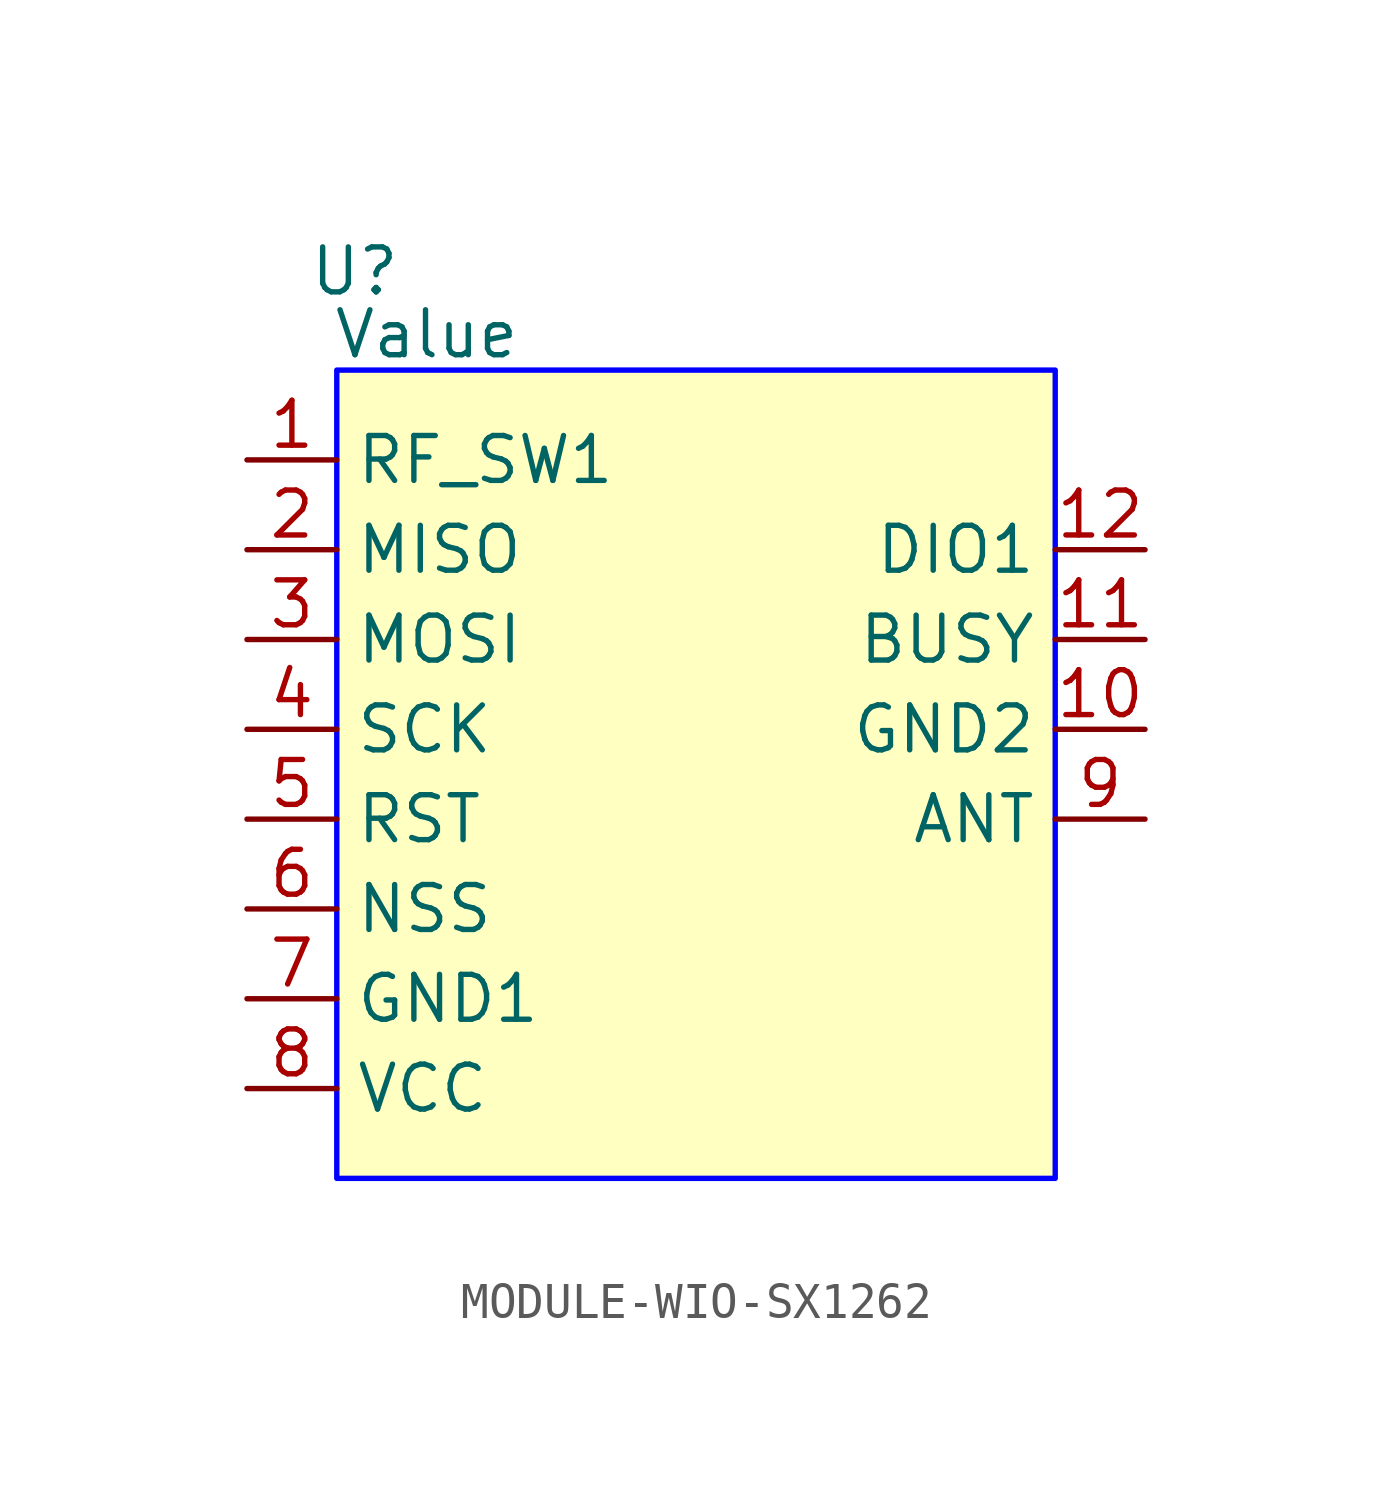
<source format=kicad_sym>
(kicad_symbol_lib
  (version 20241209)
  (generator "kicad_symbol_editor")
  (generator_version "9.0")
  (symbol "MODULE-WIO-SX1262"
    (property "Reference" "U"
      (at -9.652 12.954 0)
      (effects (font (size 1.27 1.27))))
    (property "Value" "Value"
      (at -7.62 11.176 0)
      (effects (font (size 1.27 1.27))))
    (symbol "MODULE-WIO-SX1262_1_1"
      (rectangle (start -10.16 10.16) (end 10.16 -12.7) (stroke (width 0) (type solid) (color 0 0 255 1)) (fill (type background)))
      (pin passive line (at -12.7 7.62 0) (length 2.54) (name "RF_SW1" (effects (font (size 1.27 1.27)))) (number "1" (effects (font (size 1.27 1.27)))))
      (pin passive line (at -12.7 5.08 0) (length 2.54) (name "MISO" (effects (font (size 1.27 1.27)))) (number "2" (effects (font (size 1.27 1.27)))))
      (pin passive line (at -12.7 2.54 0) (length 2.54) (name "MOSI" (effects (font (size 1.27 1.27)))) (number "3" (effects (font (size 1.27 1.27)))))
      (pin passive line (at -12.7 0 0) (length 2.54) (name "SCK" (effects (font (size 1.27 1.27)))) (number "4" (effects (font (size 1.27 1.27)))))
      (pin passive line (at -12.7 -2.54 0) (length 2.54) (name "RST" (effects (font (size 1.27 1.27)))) (number "5" (effects (font (size 1.27 1.27)))))
      (pin passive line (at -12.7 -5.08 0) (length 2.54) (name "NSS" (effects (font (size 1.27 1.27)))) (number "6" (effects (font (size 1.27 1.27)))))
      (pin passive line (at -12.7 -7.62 0) (length 2.54) (name "GND1" (effects (font (size 1.27 1.27)))) (number "7" (effects (font (size 1.27 1.27)))))
      (pin passive line (at -12.7 -10.16 0) (length 2.54) (name "VCC" (effects (font (size 1.27 1.27)))) (number "8" (effects (font (size 1.27 1.27)))))
      (pin passive line (at 12.7 5.08 180) (length 2.54) (name "DIO1" (effects (font (size 1.27 1.27)))) (number "12" (effects (font (size 1.27 1.27)))))
      (pin passive line (at 12.7 2.54 180) (length 2.54) (name "BUSY" (effects (font (size 1.27 1.27)))) (number "11" (effects (font (size 1.27 1.27)))))
      (pin passive line (at 12.7 0 180) (length 2.54) (name "GND2" (effects (font (size 1.27 1.27)))) (number "10" (effects (font (size 1.27 1.27)))))
      (pin passive line (at 12.7 -2.54 180) (length 2.54) (name "ANT" (effects (font (size 1.27 1.27)))) (number "9" (effects (font (size 1.27 1.27))))))))
</source>
